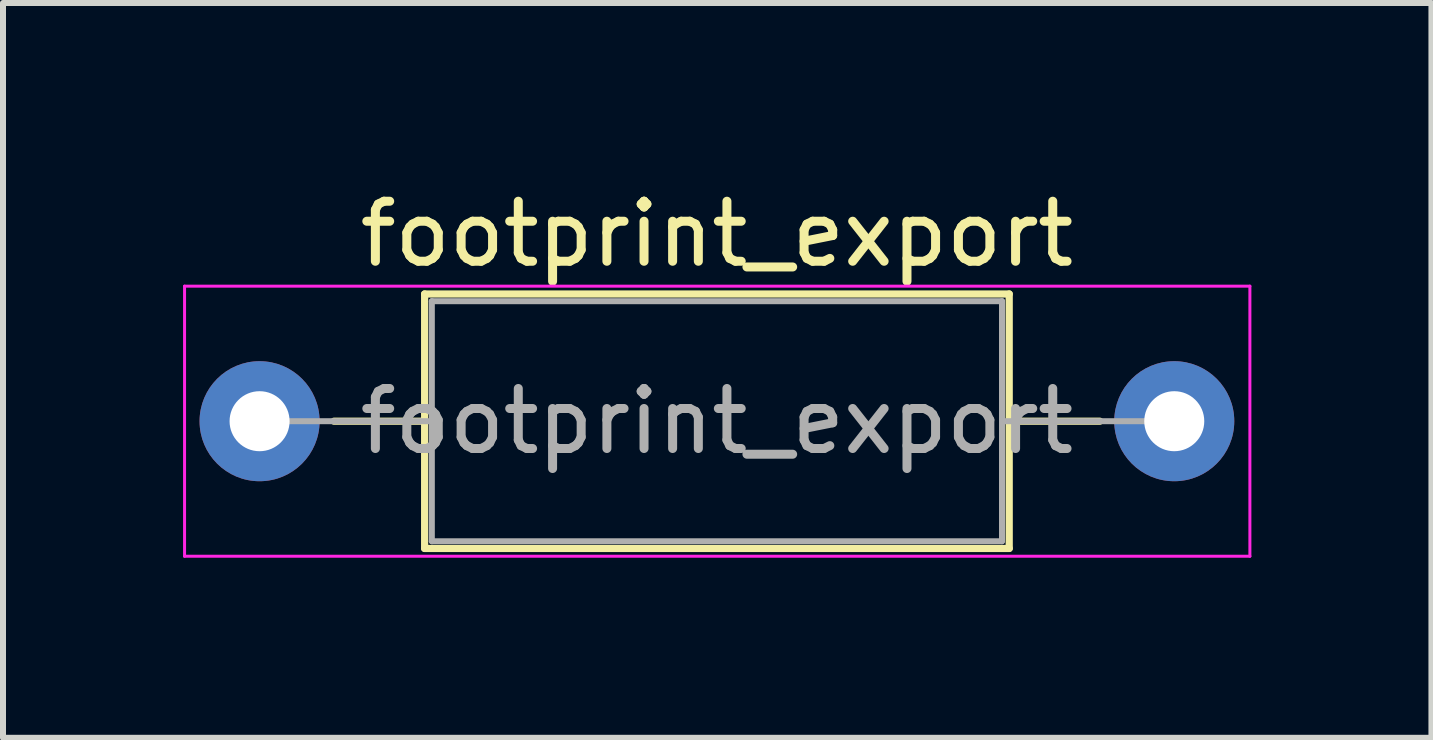
<source format=kicad_pcb>
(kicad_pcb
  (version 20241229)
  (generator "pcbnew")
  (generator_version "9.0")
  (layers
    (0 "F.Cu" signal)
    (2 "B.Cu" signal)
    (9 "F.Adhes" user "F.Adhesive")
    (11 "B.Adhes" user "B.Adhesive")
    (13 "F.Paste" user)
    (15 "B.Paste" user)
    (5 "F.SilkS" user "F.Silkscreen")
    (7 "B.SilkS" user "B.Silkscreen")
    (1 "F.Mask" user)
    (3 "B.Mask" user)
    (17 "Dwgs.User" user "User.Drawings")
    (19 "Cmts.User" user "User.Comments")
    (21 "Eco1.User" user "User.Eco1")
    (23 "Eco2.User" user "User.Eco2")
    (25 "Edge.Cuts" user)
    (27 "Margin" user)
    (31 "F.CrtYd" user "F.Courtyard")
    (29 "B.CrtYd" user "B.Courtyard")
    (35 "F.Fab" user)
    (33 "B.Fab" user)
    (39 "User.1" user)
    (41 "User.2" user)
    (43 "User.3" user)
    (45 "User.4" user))
  (footprint "footprint_export"
    (layer "F.Cu")
    (at 1.275 3.968)
    (property "Reference" "footprint_export" (at 7.62 -3.12 0) (layer "F.SilkS") (effects (font (size 1 1) (thickness 0.15))))
    (attr through_hole)
    (fp_line (start 1.24 0) (end 2.75 0) (stroke (width 0.12) (type solid)) (layer "F.SilkS"))
    (fp_line (start 2.75 -2.12) (end 2.75 2.12) (stroke (width 0.12) (type solid)) (layer "F.SilkS"))
    (fp_line (start 2.75 2.12) (end 12.49 2.12) (stroke (width 0.12) (type solid)) (layer "F.SilkS"))
    (fp_line (start 12.49 -2.12) (end 2.75 -2.12) (stroke (width 0.12) (type solid)) (layer "F.SilkS"))
    (fp_line (start 12.49 2.12) (end 12.49 -2.12) (stroke (width 0.12) (type solid)) (layer "F.SilkS"))
    (fp_line (start 14 0) (end 12.49 0) (stroke (width 0.12) (type solid)) (layer "F.SilkS"))
    (fp_line (start -1.25 -2.25) (end -1.25 2.25) (stroke (width 0.05) (type solid)) (layer "F.CrtYd"))
    (fp_line (start -1.25 2.25) (end 16.5 2.25) (stroke (width 0.05) (type solid)) (layer "F.CrtYd"))
    (fp_line (start 16.5 -2.25) (end -1.25 -2.25) (stroke (width 0.05) (type solid)) (layer "F.CrtYd"))
    (fp_line (start 16.5 2.25) (end 16.5 -2.25) (stroke (width 0.05) (type solid)) (layer "F.CrtYd"))
    (fp_line (start 0 0) (end 2.87 0) (stroke (width 0.1) (type solid)) (layer "F.Fab"))
    (fp_line (start 2.87 -2) (end 2.87 2) (stroke (width 0.1) (type solid)) (layer "F.Fab"))
    (fp_line (start 2.87 2) (end 12.37 2) (stroke (width 0.1) (type solid)) (layer "F.Fab"))
    (fp_line (start 12.37 -2) (end 2.87 -2) (stroke (width 0.1) (type solid)) (layer "F.Fab"))
    (fp_line (start 12.37 2) (end 12.37 -2) (stroke (width 0.1) (type solid)) (layer "F.Fab"))
    (fp_line (start 15.24 0) (end 12.37 0) (stroke (width 0.1) (type solid)) (layer "F.Fab"))
    (fp_text user "${REFERENCE}" (at 7.62 0 0) (layer "F.Fab") (effects (font (size 1 1) (thickness 0.15))))
    (pad "1" thru_hole circle (at 0 0) (size 2 2) (drill 1) (layers "*.Cu" "*.Mask"))
    (pad "2" thru_hole oval (at 15.24 0) (size 2 2) (drill 1) (layers "*.Cu" "*.Mask")))
  (gr_rect
    (start -3 -3)
    (end 20.8 9.243)
    (stroke (width 0.1) (type default))
    (fill no)
    (layer "Edge.Cuts")))
</source>
